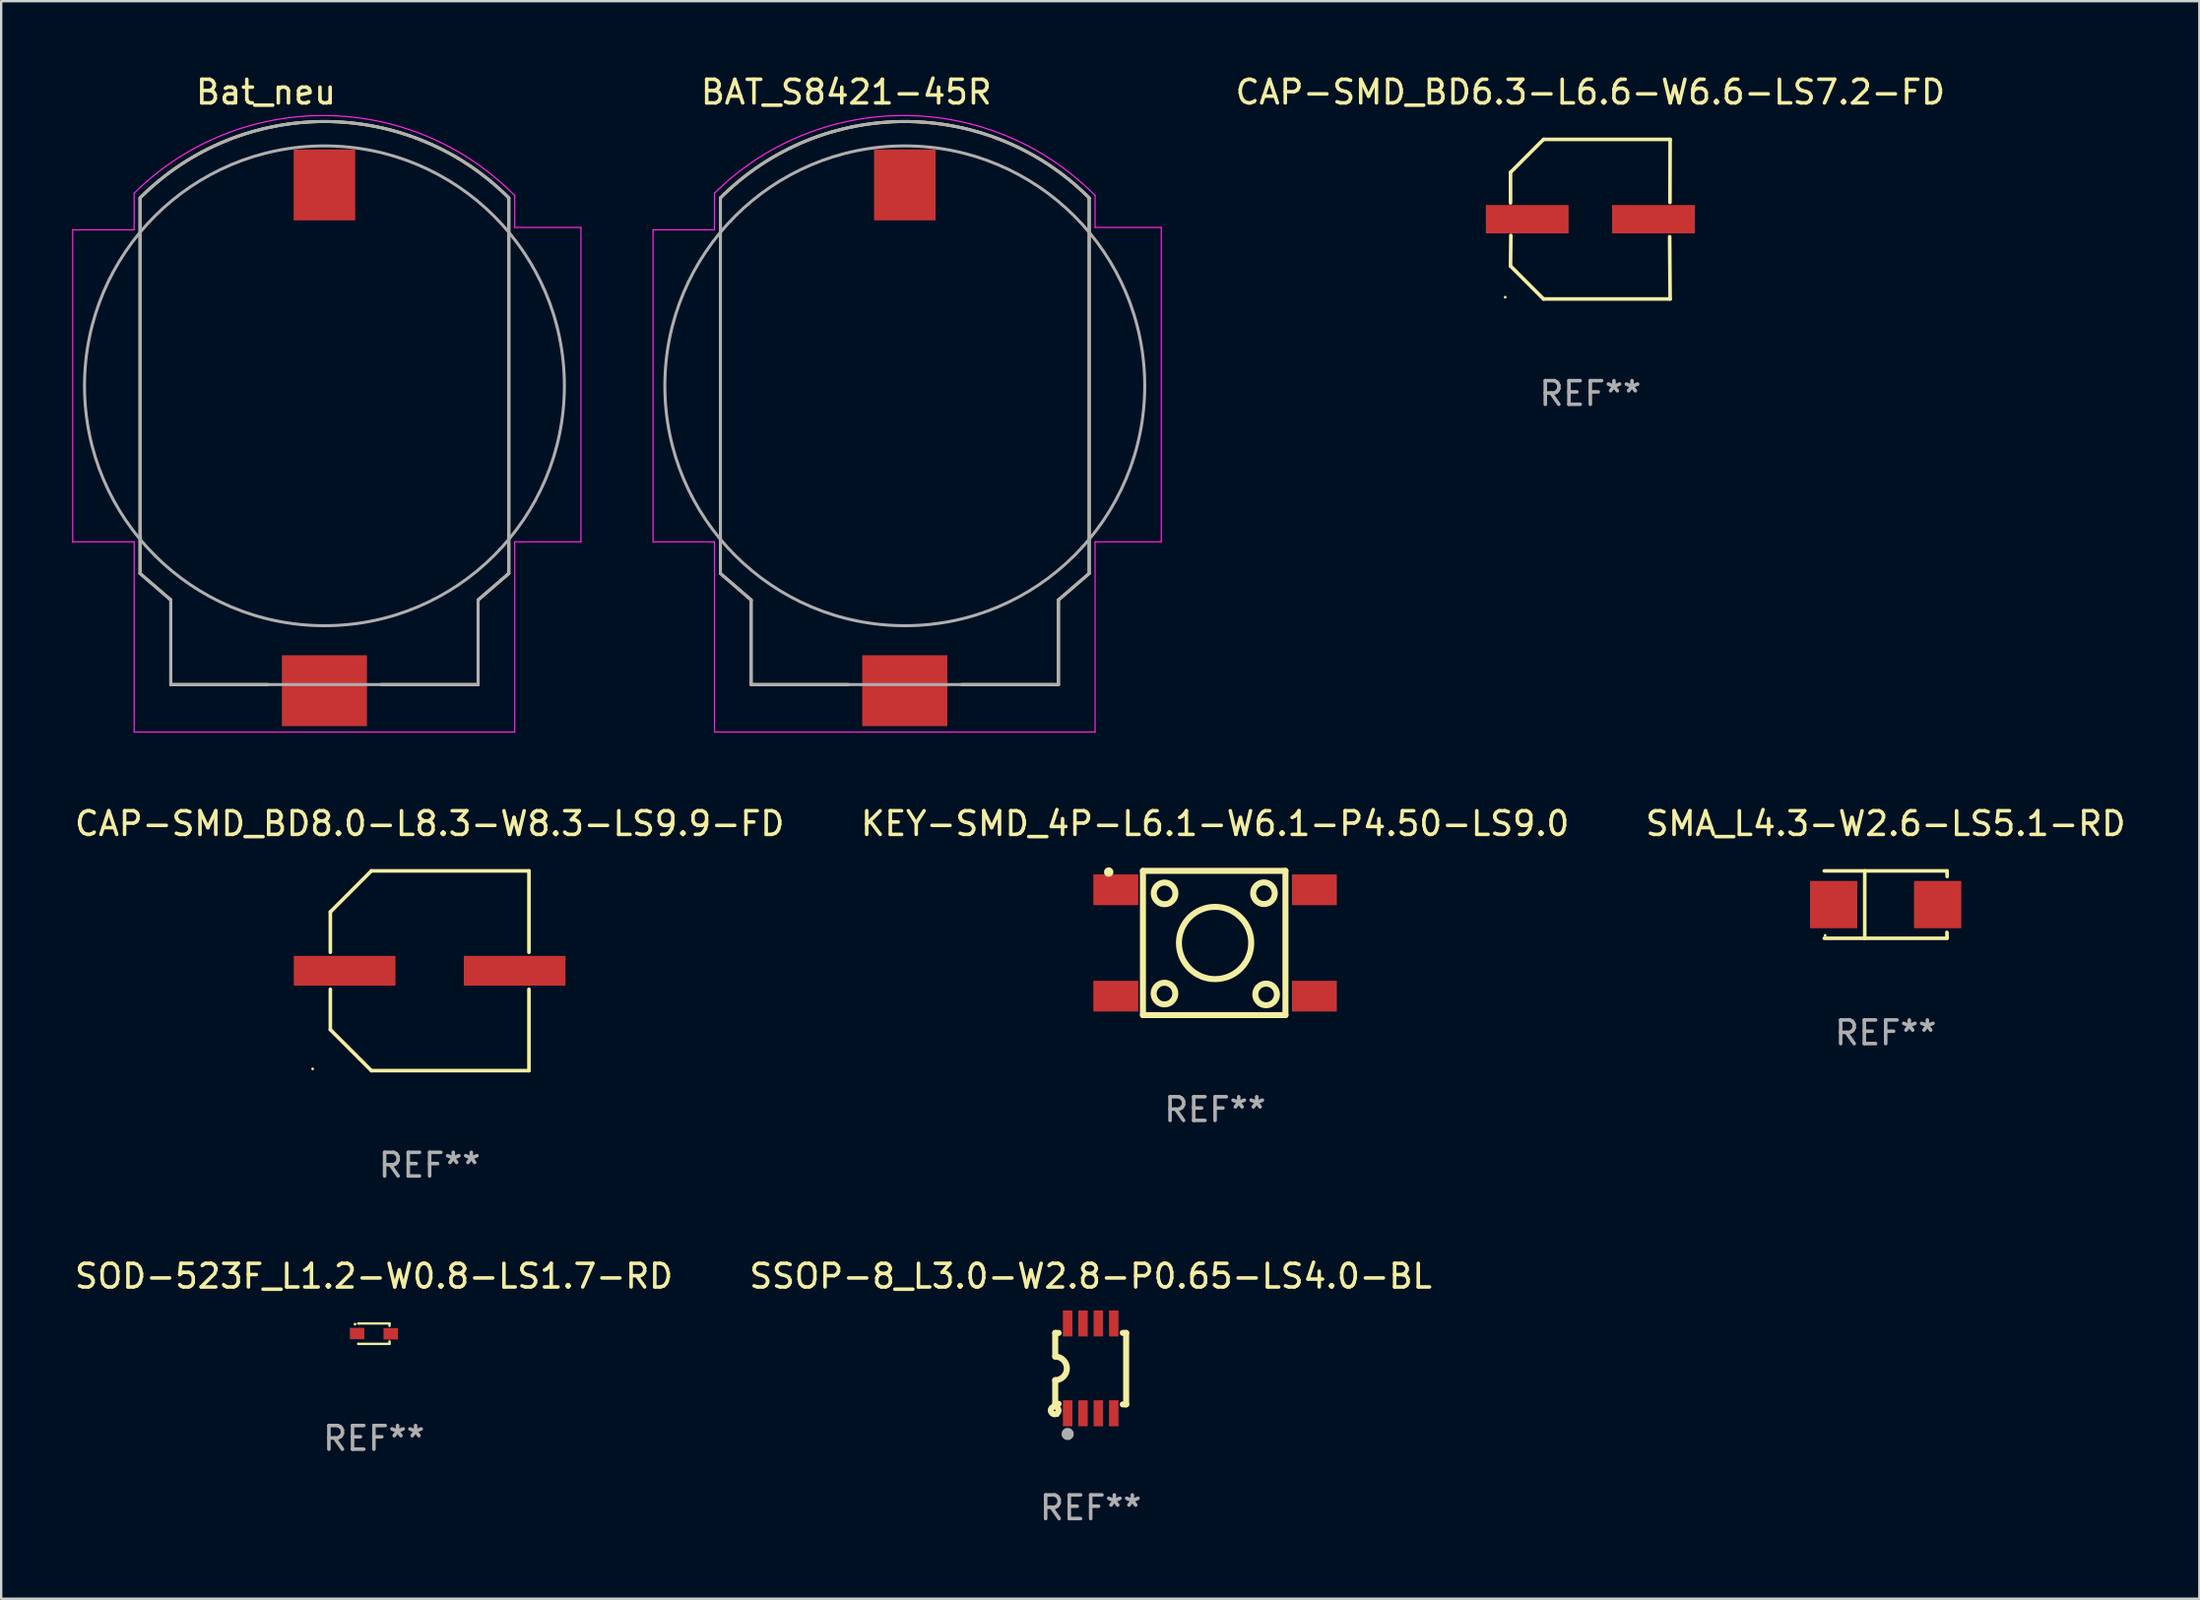
<source format=kicad_pcb>
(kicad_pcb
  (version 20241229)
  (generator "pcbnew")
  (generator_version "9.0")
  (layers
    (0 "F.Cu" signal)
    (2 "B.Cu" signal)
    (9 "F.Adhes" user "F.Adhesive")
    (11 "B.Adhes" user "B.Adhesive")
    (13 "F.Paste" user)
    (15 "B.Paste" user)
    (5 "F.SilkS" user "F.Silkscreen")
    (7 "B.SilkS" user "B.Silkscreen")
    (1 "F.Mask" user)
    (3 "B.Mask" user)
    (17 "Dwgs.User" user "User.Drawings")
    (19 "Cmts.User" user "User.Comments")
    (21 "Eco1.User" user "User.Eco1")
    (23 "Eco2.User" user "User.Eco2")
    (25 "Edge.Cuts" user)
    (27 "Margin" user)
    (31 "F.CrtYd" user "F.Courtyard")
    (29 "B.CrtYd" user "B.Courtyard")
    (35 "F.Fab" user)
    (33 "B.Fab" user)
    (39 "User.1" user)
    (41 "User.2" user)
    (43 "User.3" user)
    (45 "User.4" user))
  (footprint "BAT_S8421-45R"
    (layer "F.Cu")
    (at 35.225 13.273)
    (property "Reference" "BAT_S8421-45R" (at -2.475 -12.425 0) (layer "F.SilkS") (effects (font (size 1 1) (thickness 0.15))))
    (attr smd)
    (fp_line (start -7.8 7.94) (end -7.8 -7.94) (stroke (width 0.127) (type solid)) (layer "F.SilkS"))
    (fp_line (start -6.5 9.06) (end -7.8 7.94) (stroke (width 0.127) (type solid)) (layer "F.SilkS"))
    (fp_line (start -6.5 12.64) (end -6.5 9.06) (stroke (width 0.127) (type solid)) (layer "F.SilkS"))
    (fp_line (start -2.4 12.64) (end -6.5 12.64) (stroke (width 0.127) (type solid)) (layer "F.SilkS"))
    (fp_line (start 6.5 9.06) (end 6.5 12.64) (stroke (width 0.127) (type solid)) (layer "F.SilkS"))
    (fp_line (start 6.5 12.64) (end 2.4 12.64) (stroke (width 0.127) (type solid)) (layer "F.SilkS"))
    (fp_line (start 7.8 -7.94) (end 7.8 7.94) (stroke (width 0.127) (type solid)) (layer "F.SilkS"))
    (fp_line (start 7.8 7.94) (end 6.5 9.06) (stroke (width 0.127) (type solid)) (layer "F.SilkS"))
    (fp_arc (start -7.8 -7.95) (mid 0 -11.180866) (end 7.8 -7.95) (stroke (width 0.127) (type solid)) (layer "F.SilkS"))
    (fp_line (start -10.65 -6.6) (end -10.65 6.6) (stroke (width 0.05) (type solid)) (layer "F.CrtYd"))
    (fp_line (start -10.65 6.6) (end -8.05 6.6) (stroke (width 0.05) (type solid)) (layer "F.CrtYd"))
    (fp_line (start -8.05 -8.15) (end -8.05 -6.6) (stroke (width 0.05) (type solid)) (layer "F.CrtYd"))
    (fp_line (start -8.05 -6.6) (end -10.65 -6.6) (stroke (width 0.05) (type solid)) (layer "F.CrtYd"))
    (fp_line (start -8.05 6.6) (end -8.05 14.65) (stroke (width 0.05) (type solid)) (layer "F.CrtYd"))
    (fp_line (start -8.05 14.65) (end 8.05 14.65) (stroke (width 0.05) (type solid)) (layer "F.CrtYd"))
    (fp_line (start 8.05 -6.7) (end 8.05 -8.05) (stroke (width 0.05) (type solid)) (layer "F.CrtYd"))
    (fp_line (start 8.05 6.6) (end 10.85 6.6) (stroke (width 0.05) (type solid)) (layer "F.CrtYd"))
    (fp_line (start 8.05 14.65) (end 8.05 6.6) (stroke (width 0.05) (type solid)) (layer "F.CrtYd"))
    (fp_line (start 10.85 -6.7) (end 8.05 -6.7) (stroke (width 0.05) (type solid)) (layer "F.CrtYd"))
    (fp_line (start 10.85 6.6) (end 10.85 -6.7) (stroke (width 0.05) (type solid)) (layer "F.CrtYd"))
    (fp_arc (start -8.05 -8.15) (mid 0.020711 -11.434419) (end 8.05 -8.05) (stroke (width 0.05) (type solid)) (layer "F.CrtYd"))
    (fp_line (start -7.8 7.94) (end -7.8 -7.94) (stroke (width 0.127) (type solid)) (layer "F.Fab"))
    (fp_line (start -6.5 9.06) (end -7.8 7.94) (stroke (width 0.127) (type solid)) (layer "F.Fab"))
    (fp_line (start -6.5 12.64) (end -6.5 9.06) (stroke (width 0.127) (type solid)) (layer "F.Fab"))
    (fp_line (start 6.5 9.06) (end 6.5 12.64) (stroke (width 0.127) (type solid)) (layer "F.Fab"))
    (fp_line (start 6.5 12.64) (end -6.5 12.64) (stroke (width 0.127) (type solid)) (layer "F.Fab"))
    (fp_line (start 7.8 -7.94) (end 7.8 7.94) (stroke (width 0.127) (type solid)) (layer "F.Fab"))
    (fp_line (start 7.8 7.94) (end 6.5 9.06) (stroke (width 0.127) (type solid)) (layer "F.Fab"))
    (fp_arc (start -7.8 -7.95) (mid 0 -11.180866) (end 7.8 -7.95) (stroke (width 0.127) (type solid)) (layer "F.Fab"))
    (fp_circle (center 0 0) (end 10.15 0) (stroke (width 0.127) (type solid)) (fill no) (layer "F.Fab"))
    (pad "1" smd rect (at 0 12.9) (size 3.6 3) (layers "F.Cu" "F.Mask" "F.Paste"))
    (pad "2" smd rect (at 0 -8.5) (size 2.6 3) (layers "F.Cu" "F.Mask" "F.Paste")))
  (footprint "SSOP-8_L3.0-W2.8-P0.65-LS4.0-BL"
    (layer "F.Cu")
    (at 43.089 54.845)
    (property "Reference" "SSOP-8_L3.0-W2.8-P0.65-LS4.0-BL" (at -0.000051 -3.9 0) (layer "F.SilkS") (effects (font (size 1 1) (thickness 0.15))))
    (attr through_hole)
    (fp_line (start -1.5 -1.5) (end -1.5 -0.5) (stroke (width 0.254) (type solid)) (layer "F.SilkS"))
    (fp_line (start -1.5 -1.5) (end -1.356 -1.5) (stroke (width 0.254) (type solid)) (layer "F.SilkS"))
    (fp_line (start -1.5 1.5) (end -1.5 0.5) (stroke (width 0.254) (type solid)) (layer "F.SilkS"))
    (fp_line (start -1.5 1.5) (end -1.356 1.5) (stroke (width 0.254) (type solid)) (layer "F.SilkS"))
    (fp_line (start 1.356 -1.5) (end 1.5 -1.5) (stroke (width 0.254) (type solid)) (layer "F.SilkS"))
    (fp_line (start 1.5 -1.5) (end 1.5 1.524) (stroke (width 0.254) (type solid)) (layer "F.SilkS"))
    (fp_line (start 1.5 1.524) (end 1.356 1.524) (stroke (width 0.254) (type solid)) (layer "F.SilkS"))
    (fp_arc (start -1.500051 -0.500025) (mid -1.00412 -0.000344) (end -1.500253 0.499136) (stroke (width 0.254001) (type solid)) (layer "F.SilkS"))
    (fp_circle (center -1.524 1.778) (end -1.488 1.778) (stroke (width 0.254) (type solid)) (fill no) (layer "F.SilkS"))
    (fp_circle (center -1.4 2) (end -1.37 2) (stroke (width 0.06) (type solid)) (fill no) (layer "F.SilkS"))
    (fp_circle (center -0.975 2.776) (end -0.845 2.776) (stroke (width 0.26) (type solid)) (fill no) (layer "F.Fab"))
    (fp_text user "REF**" (at -0.000051 5.9 0) (layer "F.Fab") (effects (font (size 1 1) (thickness 0.15))))
    (pad "1" smd rect (at -0.975 1.9) (size 0.4 1.1) (layers "F.Cu" "F.Mask" "F.Paste"))
    (pad "2" smd rect (at -0.325 1.9) (size 0.4 1.1) (layers "F.Cu" "F.Mask" "F.Paste"))
    (pad "3" smd rect (at 0.325 1.9) (size 0.4 1.1) (layers "F.Cu" "F.Mask" "F.Paste"))
    (pad "4" smd rect (at 0.975 1.9) (size 0.4 1.1) (layers "F.Cu" "F.Mask" "F.Paste"))
    (pad "5" smd rect (at 0.975 -1.9) (size 0.4 1.1) (layers "F.Cu" "F.Mask" "F.Paste"))
    (pad "6" smd rect (at 0.325 -1.9) (size 0.4 1.1) (layers "F.Cu" "F.Mask" "F.Paste"))
    (pad "7" smd rect (at -0.325 -1.9) (size 0.4 1.1) (layers "F.Cu" "F.Mask" "F.Paste"))
    (pad "8" smd rect (at -0.975 -1.9) (size 0.4 1.1) (layers "F.Cu" "F.Mask" "F.Paste")))
  (footprint "CAP-SMD_BD6.3-L6.6-W6.6-LS7.2-FD"
    (layer "F.Cu")
    (at 64.225 6.224)
    (property "Reference" "CAP-SMD_BD6.3-L6.6-W6.6-LS7.2-FD" (at 0 -5.376 0) (layer "F.SilkS") (effects (font (size 1 1) (thickness 0.15))))
    (attr through_hole)
    (fp_line (start -3.376 -1.98) (end -3.376 -0.686) (stroke (width 0.152) (type solid)) (layer "F.SilkS"))
    (fp_line (start -3.376 1.981) (end -3.362 0.686) (stroke (width 0.152) (type solid)) (layer "F.SilkS"))
    (fp_line (start -1.981 3.376) (end -3.376 1.981) (stroke (width 0.152) (type solid)) (layer "F.SilkS"))
    (fp_line (start -1.98 -3.376) (end -3.376 -1.98) (stroke (width 0.152) (type solid)) (layer "F.SilkS"))
    (fp_line (start 3.356 0.739) (end 3.376 3.376) (stroke (width 0.152) (type solid)) (layer "F.SilkS"))
    (fp_line (start 3.369 -0.708) (end 3.376 -3.376) (stroke (width 0.152) (type solid)) (layer "F.SilkS"))
    (fp_line (start 3.376 3.376) (end -1.981 3.376) (stroke (width 0.152) (type solid)) (layer "F.SilkS"))
    (fp_line (start 3.376 -3.376) (end -1.98 -3.376) (stroke (width 0.152) (type solid)) (layer "F.SilkS"))
    (fp_circle (center -3.6 3.3) (end -3.57 3.3) (stroke (width 0.06) (type solid)) (fill no) (layer "F.SilkS"))
    (fp_text user "REF**" (at 0 7.376 0) (layer "F.Fab") (effects (font (size 1 1) (thickness 0.15))))
    (pad "1" smd rect (at -2.67 0.000127) (size 3.5 1.2) (layers "F.Cu" "F.Mask" "F.Paste"))
    (pad "2" smd rect (at 2.67 0.000127) (size 3.5 1.2) (layers "F.Cu" "F.Mask" "F.Paste")))
  (footprint "SOD-523F_L1.2-W0.8-LS1.7-RD"
    (layer "F.Cu")
    (at 12.768 53.377)
    (property "Reference" "SOD-523F_L1.2-W0.8-LS1.7-RD" (at 0 -2.432 0) (layer "F.SilkS") (effects (font (size 1 1) (thickness 0.15))))
    (attr smd)
    (fp_line (start -0.661 0.432) (end -0.661 0.432) (stroke (width 0.1) (type solid)) (layer "F.SilkS"))
    (fp_line (start -0.661 -0.432) (end -0.661 -0.432) (stroke (width 0.1) (type solid)) (layer "F.SilkS"))
    (fp_line (start -0.661 -0.432) (end 0.66 -0.432) (stroke (width 0.1) (type solid)) (layer "F.SilkS"))
    (fp_line (start 0.66 0.326) (end 0.66 0.432) (stroke (width 0.1) (type solid)) (layer "F.SilkS"))
    (fp_line (start 0.66 0.432) (end -0.661 0.432) (stroke (width 0.1) (type solid)) (layer "F.SilkS"))
    (fp_line (start 0.66 -0.432) (end 0.66 -0.33) (stroke (width 0.1) (type solid)) (layer "F.SilkS"))
    (fp_circle (center -0.8 -0.404) (end -0.77 -0.404) (stroke (width 0.06) (type solid)) (fill no) (layer "F.SilkS"))
    (fp_text user "REF**" (at 0 4.432 0) (layer "F.Fab") (effects (font (size 1 1) (thickness 0.15))))
    (pad "1" smd custom (at -0.711 -0.005) (size 0.1 0.1) (layers "F.Cu" "F.Mask" "F.Paste") (options (anchor circle)) (primitives (gr_poly (pts (xy -0.305 -0.241) (xy 0.305 -0.241) (xy 0.305 0.241) (xy -0.305 0.241)) (width 0) (fill yes))))
    (pad "2" smd custom (at 0.711 0.005) (size 0.1 0.1) (layers "F.Cu" "F.Mask" "F.Paste") (options (anchor circle)) (primitives (gr_poly (pts (xy -0.305 -0.241) (xy 0.305 -0.241) (xy 0.305 0.241) (xy -0.305 0.241)) (width 0) (fill yes)))))
  (footprint "Bat_neu"
    (layer "F.Cu")
    (at 10.675 13.273)
    (property "Reference" "Bat_neu" (at -2.475 -12.425 0) (layer "F.SilkS") (effects (font (size 1 1) (thickness 0.15))))
    (attr smd)
    (fp_line (start -7.8 7.94) (end -7.8 -7.94) (stroke (width 0.127) (type solid)) (layer "F.SilkS"))
    (fp_line (start -6.5 9.06) (end -7.8 7.94) (stroke (width 0.127) (type solid)) (layer "F.SilkS"))
    (fp_line (start -6.5 12.64) (end -6.5 9.06) (stroke (width 0.127) (type solid)) (layer "F.SilkS"))
    (fp_line (start -2.4 12.64) (end -6.5 12.64) (stroke (width 0.127) (type solid)) (layer "F.SilkS"))
    (fp_line (start 6.5 9.06) (end 6.5 12.64) (stroke (width 0.127) (type solid)) (layer "F.SilkS"))
    (fp_line (start 6.5 12.64) (end 2.4 12.64) (stroke (width 0.127) (type solid)) (layer "F.SilkS"))
    (fp_line (start 7.8 -7.94) (end 7.8 7.94) (stroke (width 0.127) (type solid)) (layer "F.SilkS"))
    (fp_line (start 7.8 7.94) (end 6.5 9.06) (stroke (width 0.127) (type solid)) (layer "F.SilkS"))
    (fp_arc (start -7.8 -7.95) (mid 0 -11.180866) (end 7.8 -7.95) (stroke (width 0.127) (type solid)) (layer "F.SilkS"))
    (fp_line (start -10.65 -6.6) (end -10.65 6.6) (stroke (width 0.05) (type solid)) (layer "F.CrtYd"))
    (fp_line (start -10.65 6.6) (end -8.05 6.6) (stroke (width 0.05) (type solid)) (layer "F.CrtYd"))
    (fp_line (start -8.05 -8.15) (end -8.05 -6.6) (stroke (width 0.05) (type solid)) (layer "F.CrtYd"))
    (fp_line (start -8.05 -6.6) (end -10.65 -6.6) (stroke (width 0.05) (type solid)) (layer "F.CrtYd"))
    (fp_line (start -8.05 6.6) (end -8.05 14.65) (stroke (width 0.05) (type solid)) (layer "F.CrtYd"))
    (fp_line (start -8.05 14.65) (end 8.05 14.65) (stroke (width 0.05) (type solid)) (layer "F.CrtYd"))
    (fp_line (start 8.05 -6.7) (end 8.05 -8.05) (stroke (width 0.05) (type solid)) (layer "F.CrtYd"))
    (fp_line (start 8.05 6.6) (end 10.85 6.6) (stroke (width 0.05) (type solid)) (layer "F.CrtYd"))
    (fp_line (start 8.05 14.65) (end 8.05 6.6) (stroke (width 0.05) (type solid)) (layer "F.CrtYd"))
    (fp_line (start 10.85 -6.7) (end 8.05 -6.7) (stroke (width 0.05) (type solid)) (layer "F.CrtYd"))
    (fp_line (start 10.85 6.6) (end 10.85 -6.7) (stroke (width 0.05) (type solid)) (layer "F.CrtYd"))
    (fp_arc (start -8.05 -8.15) (mid 0.020711 -11.434419) (end 8.05 -8.05) (stroke (width 0.05) (type solid)) (layer "F.CrtYd"))
    (fp_line (start -7.8 7.94) (end -7.8 -7.94) (stroke (width 0.127) (type solid)) (layer "F.Fab"))
    (fp_line (start -6.5 9.06) (end -7.8 7.94) (stroke (width 0.127) (type solid)) (layer "F.Fab"))
    (fp_line (start -6.5 12.64) (end -6.5 9.06) (stroke (width 0.127) (type solid)) (layer "F.Fab"))
    (fp_line (start 6.5 9.06) (end 6.5 12.64) (stroke (width 0.127) (type solid)) (layer "F.Fab"))
    (fp_line (start 6.5 12.64) (end -6.5 12.64) (stroke (width 0.127) (type solid)) (layer "F.Fab"))
    (fp_line (start 7.8 -7.94) (end 7.8 7.94) (stroke (width 0.127) (type solid)) (layer "F.Fab"))
    (fp_line (start 7.8 7.94) (end 6.5 9.06) (stroke (width 0.127) (type solid)) (layer "F.Fab"))
    (fp_arc (start -7.8 -7.95) (mid 0 -11.180866) (end 7.8 -7.95) (stroke (width 0.127) (type solid)) (layer "F.Fab"))
    (fp_circle (center 0 0) (end 10.15 0) (stroke (width 0.127) (type solid)) (fill no) (layer "F.Fab"))
    (pad "+" smd rect (at 0 12.9) (size 3.6 3) (layers "F.Cu" "F.Mask" "F.Paste"))
    (pad "-" smd rect (at 0 -8.5) (size 2.6 3) (layers "F.Cu" "F.Mask" "F.Paste")))
  (footprint "CAP-SMD_BD8.0-L8.3-W8.3-LS9.9-FD"
    (layer "F.Cu")
    (at 15.125 38.023)
    (property "Reference" "CAP-SMD_BD8.0-L8.3-W8.3-LS9.9-FD" (at 0.000025 -6.226 0) (layer "F.SilkS") (effects (font (size 1 1) (thickness 0.15))))
    (attr through_hole)
    (fp_line (start -4.201 -2.49) (end -4.201 -0.782) (stroke (width 0.152) (type solid)) (layer "F.SilkS"))
    (fp_line (start -4.201 2.49) (end -4.201 0.782) (stroke (width 0.152) (type solid)) (layer "F.SilkS"))
    (fp_line (start -2.465 -4.226) (end -4.201 -2.49) (stroke (width 0.152) (type solid)) (layer "F.SilkS"))
    (fp_line (start -2.465 4.226) (end -4.201 2.49) (stroke (width 0.152) (type solid)) (layer "F.SilkS"))
    (fp_line (start 4.201 -4.226) (end -2.465 -4.226) (stroke (width 0.152) (type solid)) (layer "F.SilkS"))
    (fp_line (start 4.201 -0.782) (end 4.201 -4.226) (stroke (width 0.152) (type solid)) (layer "F.SilkS"))
    (fp_line (start 4.201 0.782) (end 4.201 4.226) (stroke (width 0.152) (type solid)) (layer "F.SilkS"))
    (fp_line (start 4.201 4.226) (end -2.465 4.226) (stroke (width 0.152) (type solid)) (layer "F.SilkS"))
    (fp_circle (center -4.95 4.15) (end -4.92 4.15) (stroke (width 0.06) (type solid)) (fill no) (layer "F.SilkS"))
    (fp_text user "REF**" (at 0.000025 8.226 0) (layer "F.Fab") (effects (font (size 1 1) (thickness 0.15))))
    (pad "1" smd rect (at -3.596 0) (size 4.3 1.26) (layers "F.Cu" "F.Mask" "F.Paste"))
    (pad "2" smd rect (at 3.596 0) (size 4.3 1.26) (layers "F.Cu" "F.Mask" "F.Paste")))
  (footprint "KEY-SMD_4P-L6.1-W6.1-P4.50-LS9.0"
    (layer "F.Cu")
    (at 48.351 36.847)
    (property "Reference" "KEY-SMD_4P-L6.1-W6.1-P4.50-LS9.0" (at -0.000051 -5.051 0) (layer "F.SilkS") (effects (font (size 1 1) (thickness 0.15))))
    (attr through_hole)
    (fp_line (start -3.051 -3.051) (end 2.977 -3.051) (stroke (width 0.254) (type solid)) (layer "F.SilkS"))
    (fp_line (start -3.051 3.051) (end -3.051 -3.051) (stroke (width 0.254) (type solid)) (layer "F.SilkS"))
    (fp_line (start 2.977 -3.051) (end 2.977 3.051) (stroke (width 0.254) (type solid)) (layer "F.SilkS"))
    (fp_line (start 2.977 3.051) (end -3.051 3.051) (stroke (width 0.254) (type solid)) (layer "F.SilkS"))
    (fp_circle (center -4.5 -3) (end -4.4 -3) (stroke (width 0.2) (type solid)) (fill no) (layer "F.SilkS"))
    (fp_circle (center -2.141 2.141) (end -1.683 2.141) (stroke (width 0.254) (type solid)) (fill no) (layer "F.SilkS"))
    (fp_circle (center -2.136 -2.098) (end -1.678 -2.098) (stroke (width 0.254) (type solid)) (fill no) (layer "F.SilkS"))
    (fp_circle (center 0.000076 -0.000076) (end 1.529 -0.000076) (stroke (width 0.254) (type solid)) (fill no) (layer "F.SilkS"))
    (fp_circle (center 2.068 -2.105) (end 2.526 -2.105) (stroke (width 0.254) (type solid)) (fill no) (layer "F.SilkS"))
    (fp_circle (center 2.159 2.177) (end 2.617 2.177) (stroke (width 0.254) (type solid)) (fill no) (layer "F.SilkS"))
    (fp_text user "REF**" (at -0.000051 7.051 0) (layer "F.Fab") (effects (font (size 1 1) (thickness 0.15))))
    (pad "1" smd rect (at -4.2 -2.25) (size 1.9 1.3) (layers "F.Cu" "F.Mask" "F.Paste"))
    (pad "2" smd rect (at 4.2 -2.25) (size 1.9 1.3) (layers "F.Cu" "F.Mask" "F.Paste"))
    (pad "3" smd rect (at -4.2 2.25) (size 1.9 1.3) (layers "F.Cu" "F.Mask" "F.Paste"))
    (pad "4" smd rect (at 4.2 2.25) (size 1.9 1.3) (layers "F.Cu" "F.Mask" "F.Paste")))
  (footprint "SMA_L4.3-W2.6-LS5.1-RD"
    (layer "F.Cu")
    (at 76.717 35.223)
    (property "Reference" "SMA_L4.3-W2.6-LS5.1-RD" (at 0.003 -3.426 0) (layer "F.SilkS") (effects (font (size 1 1) (thickness 0.15))))
    (attr through_hole)
    (fp_line (start -2.596 -1.426) (end 2.596 -1.426) (stroke (width 0.152) (type solid)) (layer "F.SilkS"))
    (fp_line (start -2.596 1.426) (end 2.596 1.426) (stroke (width 0.152) (type solid)) (layer "F.SilkS"))
    (fp_line (start -0.884 -1.426) (end -0.884 1.426) (stroke (width 0.152) (type solid)) (layer "F.SilkS"))
    (fp_line (start 2.593 1.176) (end 2.6 1.415) (stroke (width 0.152) (type solid)) (layer "F.SilkS"))
    (fp_line (start 2.596 -1.426) (end 2.603 -1.187) (stroke (width 0.152) (type solid)) (layer "F.SilkS"))
    (fp_circle (center -2.56 1.3) (end -2.53 1.3) (stroke (width 0.06) (type solid)) (fill no) (layer "F.SilkS"))
    (fp_text user "REF**" (at 0.003 5.426 0) (layer "F.Fab") (effects (font (size 1 1) (thickness 0.15))))
    (pad "1" smd rect (at -2.2 -0.000025 180) (size 2 2) (layers "F.Cu" "F.Mask" "F.Paste"))
    (pad "2" smd rect (at 2.2 -0.000025 180) (size 2 2) (layers "F.Cu" "F.Mask" "F.Paste")))
  (gr_rect
    (start -3 -3)
    (end 89.988 64.594)
    (stroke (width 0.1) (type default))
    (fill no)
    (layer "Edge.Cuts")))
</source>
